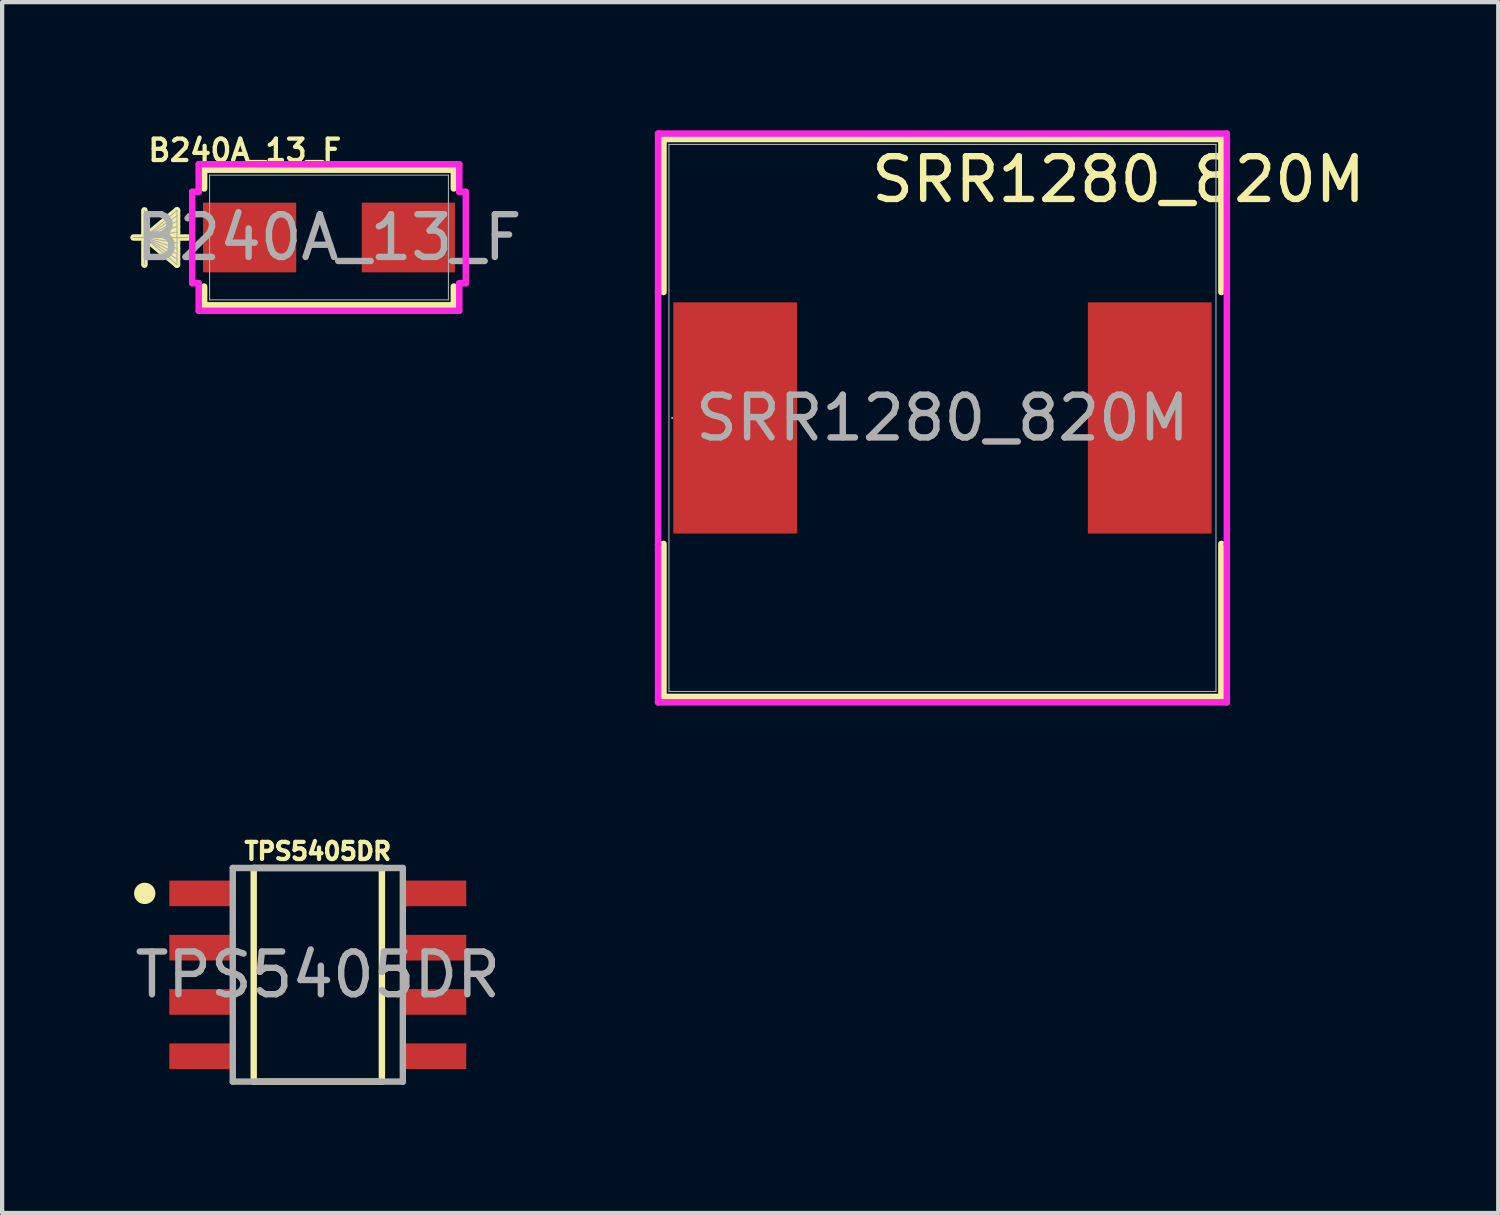
<source format=kicad_pcb>
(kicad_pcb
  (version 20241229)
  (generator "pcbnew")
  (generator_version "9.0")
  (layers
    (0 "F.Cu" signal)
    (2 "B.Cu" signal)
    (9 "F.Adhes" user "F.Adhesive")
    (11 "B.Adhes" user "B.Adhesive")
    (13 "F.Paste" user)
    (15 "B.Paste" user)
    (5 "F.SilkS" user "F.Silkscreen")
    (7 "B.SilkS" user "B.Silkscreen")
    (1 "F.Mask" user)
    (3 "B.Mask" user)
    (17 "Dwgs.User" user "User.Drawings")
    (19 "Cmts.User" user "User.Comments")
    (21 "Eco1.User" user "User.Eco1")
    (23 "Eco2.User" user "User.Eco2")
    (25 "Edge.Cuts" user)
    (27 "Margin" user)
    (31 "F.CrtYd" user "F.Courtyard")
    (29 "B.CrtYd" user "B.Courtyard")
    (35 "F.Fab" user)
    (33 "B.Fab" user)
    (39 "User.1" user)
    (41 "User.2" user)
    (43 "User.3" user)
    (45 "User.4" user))
  (footprint "B240A_13_F"
    (layer "F.Cu")
    (at 4.649 2.508)
    (property "Reference" "B240A_13_F" (at -1.97 -2.04 0) (unlocked yes) (layer "F.SilkS") (effects (font (size 0.5 0.5) (thickness 0.1) (bold yes))))
    (attr smd)
    (fp_line (start -4.319 -0.635) (end -4.319 0.635) (stroke (width 0.152) (type solid)) (layer "F.SilkS"))
    (fp_line (start -4.319 0) (end -3.557 -0.635) (stroke (width 0.152) (type solid)) (layer "F.SilkS"))
    (fp_line (start -4.319 0) (end -3.557 -0.508) (stroke (width 0.152) (type solid)) (layer "F.SilkS"))
    (fp_line (start -4.319 0) (end -3.557 -0.381) (stroke (width 0.152) (type solid)) (layer "F.SilkS"))
    (fp_line (start -4.319 0) (end -3.557 -0.254) (stroke (width 0.152) (type solid)) (layer "F.SilkS"))
    (fp_line (start -4.319 0) (end -3.557 -0.127) (stroke (width 0.152) (type solid)) (layer "F.SilkS"))
    (fp_line (start -4.319 0) (end -3.557 0.127) (stroke (width 0.152) (type solid)) (layer "F.SilkS"))
    (fp_line (start -4.319 0) (end -3.557 0.254) (stroke (width 0.152) (type solid)) (layer "F.SilkS"))
    (fp_line (start -4.319 0) (end -3.557 0.381) (stroke (width 0.152) (type solid)) (layer "F.SilkS"))
    (fp_line (start -4.319 0) (end -3.557 0.508) (stroke (width 0.152) (type solid)) (layer "F.SilkS"))
    (fp_line (start -4.319 0) (end -3.557 0.635) (stroke (width 0.152) (type solid)) (layer "F.SilkS"))
    (fp_line (start -3.557 -0.635) (end -3.557 0.635) (stroke (width 0.152) (type solid)) (layer "F.SilkS"))
    (fp_line (start -3.303 0) (end -4.573 0) (stroke (width 0.152) (type solid)) (layer "F.SilkS"))
    (fp_line (start -2.922 -1.587) (end -2.922 -1.148) (stroke (width 0.152) (type solid)) (layer "F.SilkS"))
    (fp_line (start -2.922 1.148) (end -2.922 1.587) (stroke (width 0.152) (type solid)) (layer "F.SilkS"))
    (fp_line (start -2.922 1.587) (end 2.922 1.587) (stroke (width 0.152) (type solid)) (layer "F.SilkS"))
    (fp_line (start 2.922 -1.587) (end -2.922 -1.587) (stroke (width 0.152) (type solid)) (layer "F.SilkS"))
    (fp_line (start 2.922 -1.148) (end 2.922 -1.587) (stroke (width 0.152) (type solid)) (layer "F.SilkS"))
    (fp_line (start 2.922 1.587) (end 2.922 1.148) (stroke (width 0.152) (type solid)) (layer "F.SilkS"))
    (fp_line (start -3.201 -1.069) (end -3.049 -1.069) (stroke (width 0.152) (type solid)) (layer "F.CrtYd"))
    (fp_line (start -3.201 1.069) (end -3.201 -1.069) (stroke (width 0.152) (type solid)) (layer "F.CrtYd"))
    (fp_line (start -3.049 -1.714) (end 3.049 -1.714) (stroke (width 0.152) (type solid)) (layer "F.CrtYd"))
    (fp_line (start -3.049 -1.069) (end -3.049 -1.714) (stroke (width 0.152) (type solid)) (layer "F.CrtYd"))
    (fp_line (start -3.049 1.069) (end -3.201 1.069) (stroke (width 0.152) (type solid)) (layer "F.CrtYd"))
    (fp_line (start -3.049 1.714) (end -3.049 1.069) (stroke (width 0.152) (type solid)) (layer "F.CrtYd"))
    (fp_line (start 3.049 -1.714) (end 3.049 -1.069) (stroke (width 0.152) (type solid)) (layer "F.CrtYd"))
    (fp_line (start 3.049 -1.069) (end 3.201 -1.069) (stroke (width 0.152) (type solid)) (layer "F.CrtYd"))
    (fp_line (start 3.049 1.069) (end 3.049 1.714) (stroke (width 0.152) (type solid)) (layer "F.CrtYd"))
    (fp_line (start 3.049 1.714) (end -3.049 1.714) (stroke (width 0.152) (type solid)) (layer "F.CrtYd"))
    (fp_line (start 3.201 -1.069) (end 3.201 1.069) (stroke (width 0.152) (type solid)) (layer "F.CrtYd"))
    (fp_line (start 3.201 1.069) (end 3.049 1.069) (stroke (width 0.152) (type solid)) (layer "F.CrtYd"))
    (fp_line (start -4.319 -0.635) (end -4.319 0.635) (stroke (width 0.025) (type solid)) (layer "F.Fab"))
    (fp_line (start -4.319 0) (end -3.557 -0.635) (stroke (width 0.025) (type solid)) (layer "F.Fab"))
    (fp_line (start -4.319 0) (end -3.557 -0.508) (stroke (width 0.025) (type solid)) (layer "F.Fab"))
    (fp_line (start -4.319 0) (end -3.557 -0.381) (stroke (width 0.025) (type solid)) (layer "F.Fab"))
    (fp_line (start -4.319 0) (end -3.557 -0.254) (stroke (width 0.025) (type solid)) (layer "F.Fab"))
    (fp_line (start -4.319 0) (end -3.557 -0.127) (stroke (width 0.025) (type solid)) (layer "F.Fab"))
    (fp_line (start -4.319 0) (end -3.557 0.127) (stroke (width 0.025) (type solid)) (layer "F.Fab"))
    (fp_line (start -4.319 0) (end -3.557 0.254) (stroke (width 0.025) (type solid)) (layer "F.Fab"))
    (fp_line (start -4.319 0) (end -3.557 0.381) (stroke (width 0.025) (type solid)) (layer "F.Fab"))
    (fp_line (start -4.319 0) (end -3.557 0.508) (stroke (width 0.025) (type solid)) (layer "F.Fab"))
    (fp_line (start -4.319 0) (end -3.557 0.635) (stroke (width 0.025) (type solid)) (layer "F.Fab"))
    (fp_line (start -3.557 -0.635) (end -3.557 0.635) (stroke (width 0.025) (type solid)) (layer "F.Fab"))
    (fp_line (start -3.303 0) (end -4.573 0) (stroke (width 0.025) (type solid)) (layer "F.Fab"))
    (fp_line (start -2.795 -1.46) (end -2.795 1.46) (stroke (width 0.025) (type solid)) (layer "F.Fab"))
    (fp_line (start -2.795 1.46) (end 2.795 1.46) (stroke (width 0.025) (type solid)) (layer "F.Fab"))
    (fp_line (start 2.795 -1.46) (end -2.795 -1.46) (stroke (width 0.025) (type solid)) (layer "F.Fab"))
    (fp_line (start 2.795 1.46) (end 2.795 -1.46) (stroke (width 0.025) (type solid)) (layer "F.Fab"))
    (fp_text user "${REFERENCE}" (at 0 0 0) (unlocked yes) (layer "F.Fab") (effects (font (size 1 1) (thickness 0.15))))
    (pad "1" smd rect (at -1.857 0 90) (size 1.63 2.18) (layers "F.Cu" "F.Mask" "F.Paste"))
    (pad "2" smd rect (at 1.857 0 90) (size 1.63 2.18) (layers "F.Cu" "F.Mask" "F.Paste")))
  (footprint "SRR1280_820M"
    (layer "F.Cu")
    (at 19.005 6.731)
    (property "Reference" "SRR1280_820M" (at 4.12 -5.58 0) (unlocked yes) (layer "F.SilkS") (effects (font (size 1 1) (thickness 0.15))))
    (attr smd)
    (fp_line (start -6.528 -6.528) (end -6.528 -2.947) (stroke (width 0.152) (type solid)) (layer "F.SilkS"))
    (fp_line (start -6.528 2.947) (end -6.528 6.528) (stroke (width 0.152) (type solid)) (layer "F.SilkS"))
    (fp_line (start -6.528 6.528) (end 6.528 6.528) (stroke (width 0.152) (type solid)) (layer "F.SilkS"))
    (fp_line (start 6.528 -6.528) (end -6.528 -6.528) (stroke (width 0.152) (type solid)) (layer "F.SilkS"))
    (fp_line (start 6.528 -2.947) (end 6.528 -6.528) (stroke (width 0.152) (type solid)) (layer "F.SilkS"))
    (fp_line (start 6.528 6.528) (end 6.528 2.947) (stroke (width 0.152) (type solid)) (layer "F.SilkS"))
    (fp_line (start -6.655 -6.655) (end 6.655 -6.655) (stroke (width 0.152) (type solid)) (layer "F.CrtYd"))
    (fp_line (start -6.655 -2.959) (end -6.655 -6.655) (stroke (width 0.152) (type solid)) (layer "F.CrtYd"))
    (fp_line (start -6.655 -2.959) (end -6.655 -2.959) (stroke (width 0.152) (type solid)) (layer "F.CrtYd"))
    (fp_line (start -6.655 2.959) (end -6.655 -2.959) (stroke (width 0.152) (type solid)) (layer "F.CrtYd"))
    (fp_line (start -6.655 2.959) (end -6.655 2.959) (stroke (width 0.152) (type solid)) (layer "F.CrtYd"))
    (fp_line (start -6.655 6.655) (end -6.655 2.959) (stroke (width 0.152) (type solid)) (layer "F.CrtYd"))
    (fp_line (start 6.655 -6.655) (end 6.655 -2.959) (stroke (width 0.152) (type solid)) (layer "F.CrtYd"))
    (fp_line (start 6.655 -2.959) (end 6.655 -2.959) (stroke (width 0.152) (type solid)) (layer "F.CrtYd"))
    (fp_line (start 6.655 -2.959) (end 6.655 2.959) (stroke (width 0.152) (type solid)) (layer "F.CrtYd"))
    (fp_line (start 6.655 2.959) (end 6.655 2.959) (stroke (width 0.152) (type solid)) (layer "F.CrtYd"))
    (fp_line (start 6.655 2.959) (end 6.655 6.655) (stroke (width 0.152) (type solid)) (layer "F.CrtYd"))
    (fp_line (start 6.655 6.655) (end -6.655 6.655) (stroke (width 0.152) (type solid)) (layer "F.CrtYd"))
    (fp_line (start -6.401 -6.401) (end -6.401 6.401) (stroke (width 0.025) (type solid)) (layer "F.Fab"))
    (fp_line (start -6.401 6.401) (end 6.401 6.401) (stroke (width 0.025) (type solid)) (layer "F.Fab"))
    (fp_line (start 6.401 -6.401) (end -6.401 -6.401) (stroke (width 0.025) (type solid)) (layer "F.Fab"))
    (fp_line (start 6.401 6.401) (end 6.401 -6.401) (stroke (width 0.025) (type solid)) (layer "F.Fab"))
    (fp_circle (center -6.325 0) (end -6.325 0) (stroke (width 0.025) (type solid)) (fill no) (layer "F.Fab"))
    (fp_text user "${REFERENCE}" (at 0 0 0) (unlocked yes) (layer "F.Fab") (effects (font (size 1 1) (thickness 0.15))))
    (pad "1" smd rect (at -4.851 0) (size 2.896 5.41) (layers "F.Cu" "F.Mask" "F.Paste"))
    (pad "2" smd rect (at 4.851 0) (size 2.896 5.41) (layers "F.Cu" "F.Mask" "F.Paste")))
  (footprint "TPS5405DR"
    (layer "F.Cu")
    (at 4.387 19.762)
    (property "Reference" "TPS5405DR" (at 0 -2.89 0) (unlocked yes) (layer "F.SilkS") (effects (font (size 0.4 0.4) (thickness 0.1) (bold yes))))
    (attr smd)
    (fp_line (start -1.5 -2.5) (end 1.5 -2.5) (stroke (width 0.15) (type solid)) (layer "F.SilkS"))
    (fp_line (start -1.5 2.5) (end -1.5 -2.5) (stroke (width 0.15) (type solid)) (layer "F.SilkS"))
    (fp_line (start -1.5 2.5) (end 1.5 2.5) (stroke (width 0.15) (type solid)) (layer "F.SilkS"))
    (fp_line (start 1.5 2.5) (end 1.5 -2.5) (stroke (width 0.15) (type solid)) (layer "F.SilkS"))
    (fp_circle (center -4.05 -1.905) (end -3.925 -1.905) (stroke (width 0.25) (type solid)) (fill no) (layer "F.SilkS"))
    (fp_line (start -1.99 -2.5) (end 1.99 -2.5) (stroke (width 0.15) (type solid)) (layer "F.Fab"))
    (fp_line (start -1.99 2.5) (end -1.99 -2.5) (stroke (width 0.15) (type solid)) (layer "F.Fab"))
    (fp_line (start -1.99 2.5) (end 1.99 2.5) (stroke (width 0.15) (type solid)) (layer "F.Fab"))
    (fp_line (start 1.99 2.5) (end 1.99 -2.5) (stroke (width 0.15) (type solid)) (layer "F.Fab"))
    (fp_text user "${REFERENCE}" (at 0 0 0) (unlocked yes) (layer "F.Fab") (effects (font (size 1 1) (thickness 0.15))))
    (pad "1" smd rect (at -2.7 -1.905) (size 1.55 0.6) (layers "F.Cu" "F.Mask" "F.Paste"))
    (pad "2" smd rect (at -2.7 -0.635) (size 1.55 0.6) (layers "F.Cu" "F.Mask" "F.Paste"))
    (pad "3" smd rect (at -2.7 0.635) (size 1.55 0.6) (layers "F.Cu" "F.Mask" "F.Paste"))
    (pad "4" smd rect (at -2.7 1.905) (size 1.55 0.6) (layers "F.Cu" "F.Mask" "F.Paste"))
    (pad "5" smd rect (at 2.7 1.905) (size 1.55 0.6) (layers "F.Cu" "F.Mask" "F.Paste"))
    (pad "6" smd rect (at 2.7 0.635) (size 1.55 0.6) (layers "F.Cu" "F.Mask" "F.Paste"))
    (pad "7" smd rect (at 2.7 -0.635) (size 1.55 0.6) (layers "F.Cu" "F.Mask" "F.Paste"))
    (pad "8" smd rect (at 2.7 -1.905) (size 1.55 0.6) (layers "F.Cu" "F.Mask" "F.Paste")))
  (gr_rect
    (start -3 -3)
    (end 32.012 25.337)
    (stroke (width 0.1) (type default))
    (fill no)
    (layer "Edge.Cuts")))
</source>
